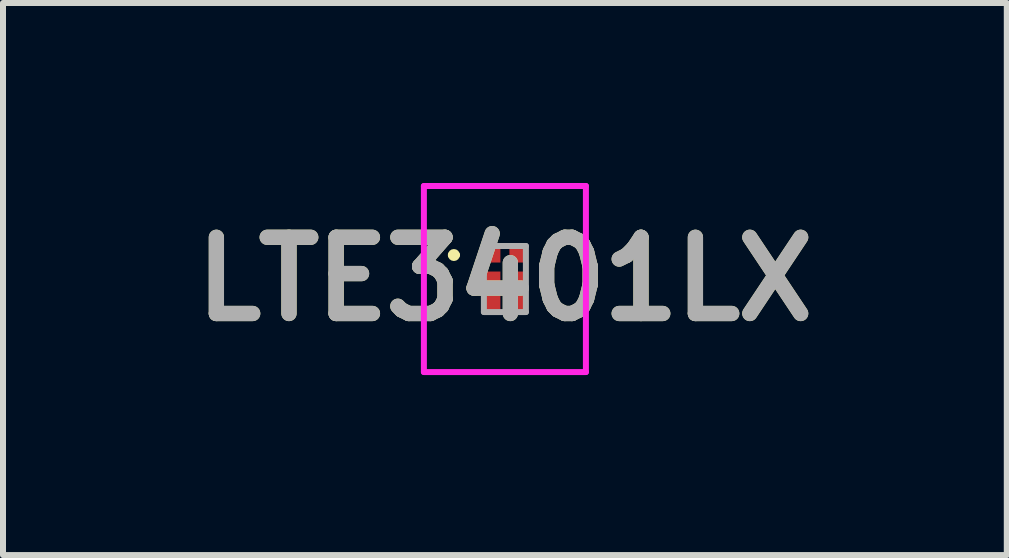
<source format=kicad_pcb>
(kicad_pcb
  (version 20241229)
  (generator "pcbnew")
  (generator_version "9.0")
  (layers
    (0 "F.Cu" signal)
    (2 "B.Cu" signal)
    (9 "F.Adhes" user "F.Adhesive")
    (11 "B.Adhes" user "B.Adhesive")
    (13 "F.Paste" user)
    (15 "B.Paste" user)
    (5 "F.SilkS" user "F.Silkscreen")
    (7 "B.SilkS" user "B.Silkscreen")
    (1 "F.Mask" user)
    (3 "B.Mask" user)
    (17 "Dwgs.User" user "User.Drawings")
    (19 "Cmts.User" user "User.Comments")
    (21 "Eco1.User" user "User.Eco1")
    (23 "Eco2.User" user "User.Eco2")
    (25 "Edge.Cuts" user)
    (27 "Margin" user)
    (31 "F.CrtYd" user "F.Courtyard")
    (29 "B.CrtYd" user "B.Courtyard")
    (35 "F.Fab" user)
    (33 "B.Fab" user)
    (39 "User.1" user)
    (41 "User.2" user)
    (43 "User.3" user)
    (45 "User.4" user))
  (footprint "LTE3401LX"
    (layer "F.Cu")
    (at 5.364 1.6)
    (property "Reference" "LTE3401LX" (at 0 0 0) (layer "F.SilkS") (effects (font (size 1.27 1.27) (thickness 0.254))))
    (attr smd)
    (fp_line (start -0.9 -0.4) (end -0.9 -0.4) (stroke (width 0.1) (type solid)) (layer "F.SilkS"))
    (fp_line (start -0.8 -0.4) (end -0.8 -0.4) (stroke (width 0.1) (type solid)) (layer "F.SilkS"))
    (fp_arc (start -0.9 -0.4) (mid -0.85 -0.45) (end -0.8 -0.4) (stroke (width 0.1) (type solid)) (layer "F.SilkS"))
    (fp_arc (start -0.8 -0.4) (mid -0.85 -0.35) (end -0.9 -0.4) (stroke (width 0.1) (type solid)) (layer "F.SilkS"))
    (fp_line (start -1.35 -1.55) (end 1.35 -1.55) (stroke (width 0.1) (type solid)) (layer "F.CrtYd"))
    (fp_line (start -1.35 1.55) (end -1.35 -1.55) (stroke (width 0.1) (type solid)) (layer "F.CrtYd"))
    (fp_line (start 1.35 -1.55) (end 1.35 1.55) (stroke (width 0.1) (type solid)) (layer "F.CrtYd"))
    (fp_line (start 1.35 1.55) (end -1.35 1.55) (stroke (width 0.1) (type solid)) (layer "F.CrtYd"))
    (fp_line (start -0.35 -0.55) (end 0.35 -0.55) (stroke (width 0.1) (type solid)) (layer "F.Fab"))
    (fp_line (start -0.35 0.55) (end -0.35 -0.55) (stroke (width 0.1) (type solid)) (layer "F.Fab"))
    (fp_line (start 0.35 -0.55) (end 0.35 0.55) (stroke (width 0.1) (type solid)) (layer "F.Fab"))
    (fp_line (start 0.35 0.55) (end -0.35 0.55) (stroke (width 0.1) (type solid)) (layer "F.Fab"))
    (fp_text user "${REFERENCE}" (at 0 0 0) (layer "F.Fab") (effects (font (size 1.27 1.27) (thickness 0.254))))
    (pad "1" smd rect (at -0.2 -0.4 90) (size 0.25 0.25) (layers "F.Cu" "F.Mask" "F.Paste"))
    (pad "2" smd rect (at -0.2 0 90) (size 0.25 0.25) (layers "F.Cu" "F.Mask" "F.Paste"))
    (pad "3" smd rect (at -0.2 0.4 90) (size 0.25 0.25) (layers "F.Cu" "F.Mask" "F.Paste"))
    (pad "4" smd rect (at 0.2 0.4 90) (size 0.25 0.25) (layers "F.Cu" "F.Mask" "F.Paste"))
    (pad "5" smd rect (at 0.2 0 90) (size 0.25 0.25) (layers "F.Cu" "F.Mask" "F.Paste"))
    (pad "6" smd rect (at 0.2 -0.4 90) (size 0.25 0.25) (layers "F.Cu" "F.Mask" "F.Paste")))
  (gr_rect
    (start -3 -3)
    (end 13.728 6.2)
    (stroke (width 0.1) (type default))
    (fill no)
    (layer "Edge.Cuts")))
</source>
